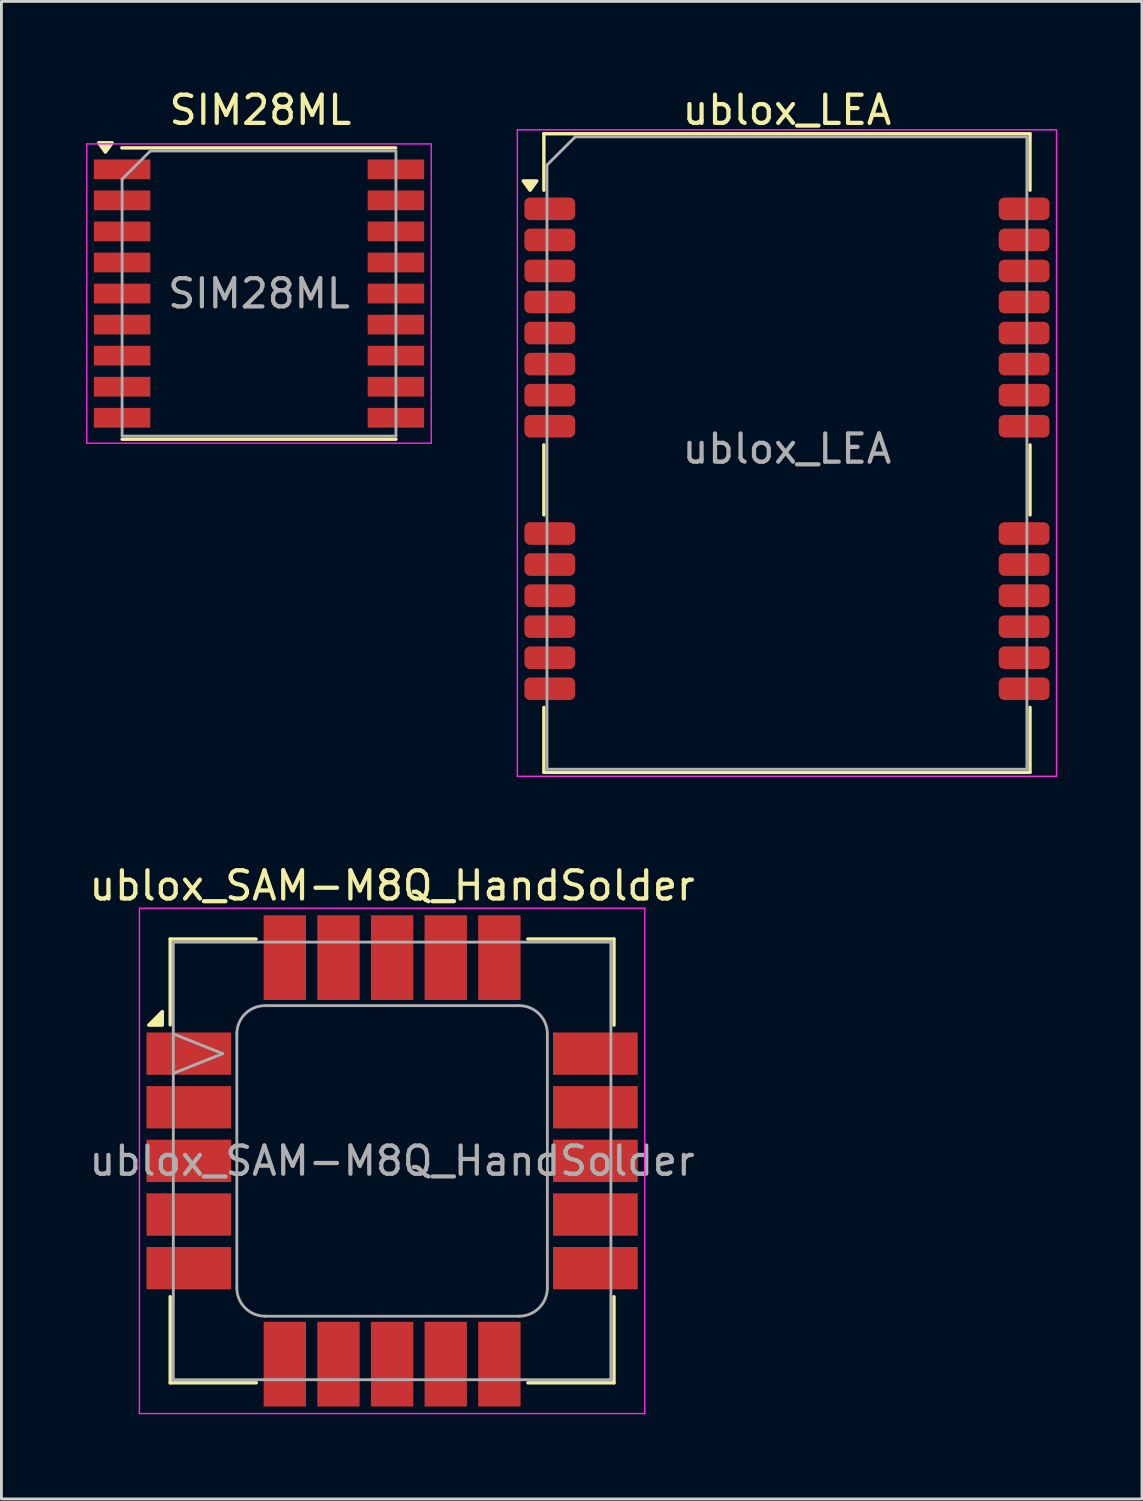
<source format=kicad_pcb>
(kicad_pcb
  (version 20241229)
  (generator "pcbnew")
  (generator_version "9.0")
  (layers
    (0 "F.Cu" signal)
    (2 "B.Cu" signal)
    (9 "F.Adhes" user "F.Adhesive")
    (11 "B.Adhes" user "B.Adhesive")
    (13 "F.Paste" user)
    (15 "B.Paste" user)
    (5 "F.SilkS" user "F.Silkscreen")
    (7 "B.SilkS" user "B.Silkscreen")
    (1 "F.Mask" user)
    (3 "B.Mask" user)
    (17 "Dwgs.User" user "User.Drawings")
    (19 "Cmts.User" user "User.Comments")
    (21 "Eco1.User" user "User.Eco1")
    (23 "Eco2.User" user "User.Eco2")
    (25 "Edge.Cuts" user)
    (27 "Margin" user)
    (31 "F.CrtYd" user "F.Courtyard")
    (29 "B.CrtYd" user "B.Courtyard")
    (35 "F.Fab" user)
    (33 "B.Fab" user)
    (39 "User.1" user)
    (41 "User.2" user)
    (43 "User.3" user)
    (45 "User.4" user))
  (footprint "ublox_LEA"
    (layer "F.Cu")
    (at 24.825 12.848)
    (property "Reference" "ublox_LEA" (at 0 -12 0) (layer "F.SilkS") (effects (font (size 1 1) (thickness 0.15))))
    (attr smd)
    (fp_line (start -8.61 -11.16) (end -8.61 -9.16) (stroke (width 0.12) (type solid)) (layer "F.SilkS"))
    (fp_line (start -8.61 -11.16) (end 8.61 -11.16) (stroke (width 0.12) (type solid)) (layer "F.SilkS"))
    (fp_line (start -8.61 -0.14) (end -8.61 2.34) (stroke (width 0.12) (type solid)) (layer "F.SilkS"))
    (fp_line (start -8.61 9.16) (end -8.61 11.46) (stroke (width 0.12) (type solid)) (layer "F.SilkS"))
    (fp_line (start -8.61 11.46) (end 8.61 11.46) (stroke (width 0.12) (type solid)) (layer "F.SilkS"))
    (fp_line (start 8.61 -11.16) (end 8.61 -9.16) (stroke (width 0.12) (type solid)) (layer "F.SilkS"))
    (fp_line (start 8.61 -0.14) (end 8.61 2.34) (stroke (width 0.12) (type solid)) (layer "F.SilkS"))
    (fp_line (start 8.61 9.16) (end 8.61 11.46) (stroke (width 0.12) (type solid)) (layer "F.SilkS"))
    (fp_poly (pts (xy -9.1 -9.16) (xy -9.34 -9.49) (xy -8.86 -9.49) (xy -9.1 -9.16)) (stroke (width 0.12) (type solid)) (fill yes) (layer "F.SilkS"))
    (fp_line (start -9.55 -11.3) (end -9.55 11.6) (stroke (width 0.05) (type solid)) (layer "F.CrtYd"))
    (fp_line (start -9.55 -11.3) (end 9.55 -11.3) (stroke (width 0.05) (type solid)) (layer "F.CrtYd"))
    (fp_line (start -9.55 11.6) (end 9.55 11.6) (stroke (width 0.05) (type solid)) (layer "F.CrtYd"))
    (fp_line (start 9.55 -11.3) (end 9.55 11.6) (stroke (width 0.05) (type solid)) (layer "F.CrtYd"))
    (fp_line (start -8.5 -10.05) (end -8.5 11.34) (stroke (width 0.1) (type solid)) (layer "F.Fab"))
    (fp_line (start -8.5 11.35) (end 8.5 11.35) (stroke (width 0.1) (type solid)) (layer "F.Fab"))
    (fp_line (start -7.5 -11.05) (end -8.5 -10.05) (stroke (width 0.1) (type solid)) (layer "F.Fab"))
    (fp_line (start -7.5 -11.05) (end 8.5 -11.05) (stroke (width 0.1) (type solid)) (layer "F.Fab"))
    (fp_line (start 8.5 -11.05) (end 8.5 11.35) (stroke (width 0.1) (type solid)) (layer "F.Fab"))
    (fp_text user "${REFERENCE}" (at 0 0 0) (layer "F.Fab") (effects (font (size 1 1) (thickness 0.15))))
    (pad "1" smd roundrect (at -8.4 -8.5) (size 1.8 0.8) (layers "F.Cu" "F.Mask" "F.Paste") (roundrect_rratio 0.25))
    (pad "2" smd roundrect (at -8.4 -7.4) (size 1.8 0.8) (layers "F.Cu" "F.Mask" "F.Paste") (roundrect_rratio 0.25))
    (pad "3" smd roundrect (at -8.4 -6.3) (size 1.8 0.8) (layers "F.Cu" "F.Mask" "F.Paste") (roundrect_rratio 0.25))
    (pad "4" smd roundrect (at -8.4 -5.2) (size 1.8 0.8) (layers "F.Cu" "F.Mask" "F.Paste") (roundrect_rratio 0.25))
    (pad "5" smd roundrect (at -8.4 -4.1) (size 1.8 0.8) (layers "F.Cu" "F.Mask" "F.Paste") (roundrect_rratio 0.25))
    (pad "6" smd roundrect (at -8.4 -3) (size 1.8 0.8) (layers "F.Cu" "F.Mask" "F.Paste") (roundrect_rratio 0.25))
    (pad "7" smd roundrect (at -8.4 -1.9) (size 1.8 0.8) (layers "F.Cu" "F.Mask" "F.Paste") (roundrect_rratio 0.25))
    (pad "8" smd roundrect (at -8.4 -0.8) (size 1.8 0.8) (layers "F.Cu" "F.Mask" "F.Paste") (roundrect_rratio 0.25))
    (pad "9" smd roundrect (at -8.4 3) (size 1.8 0.8) (layers "F.Cu" "F.Mask" "F.Paste") (roundrect_rratio 0.25))
    (pad "10" smd roundrect (at -8.4 4.1) (size 1.8 0.8) (layers "F.Cu" "F.Mask" "F.Paste") (roundrect_rratio 0.25))
    (pad "11" smd roundrect (at -8.4 5.2) (size 1.8 0.8) (layers "F.Cu" "F.Mask" "F.Paste") (roundrect_rratio 0.25))
    (pad "12" smd roundrect (at -8.4 6.3) (size 1.8 0.8) (layers "F.Cu" "F.Mask" "F.Paste") (roundrect_rratio 0.25))
    (pad "13" smd roundrect (at -8.4 7.4) (size 1.8 0.8) (layers "F.Cu" "F.Mask" "F.Paste") (roundrect_rratio 0.25))
    (pad "14" smd roundrect (at -8.4 8.5) (size 1.8 0.8) (layers "F.Cu" "F.Mask" "F.Paste") (roundrect_rratio 0.25))
    (pad "15" smd roundrect (at 8.4 8.5) (size 1.8 0.8) (layers "F.Cu" "F.Mask" "F.Paste") (roundrect_rratio 0.25))
    (pad "16" smd roundrect (at 8.4 7.4) (size 1.8 0.8) (layers "F.Cu" "F.Mask" "F.Paste") (roundrect_rratio 0.25))
    (pad "17" smd roundrect (at 8.4 6.3) (size 1.8 0.8) (layers "F.Cu" "F.Mask" "F.Paste") (roundrect_rratio 0.25))
    (pad "18" smd roundrect (at 8.4 5.2) (size 1.8 0.8) (layers "F.Cu" "F.Mask" "F.Paste") (roundrect_rratio 0.25))
    (pad "19" smd roundrect (at 8.4 4.1) (size 1.8 0.8) (layers "F.Cu" "F.Mask" "F.Paste") (roundrect_rratio 0.25))
    (pad "20" smd roundrect (at 8.4 3) (size 1.8 0.8) (layers "F.Cu" "F.Mask" "F.Paste") (roundrect_rratio 0.25))
    (pad "21" smd roundrect (at 8.4 -0.8) (size 1.8 0.8) (layers "F.Cu" "F.Mask" "F.Paste") (roundrect_rratio 0.25))
    (pad "22" smd roundrect (at 8.4 -1.9) (size 1.8 0.8) (layers "F.Cu" "F.Mask" "F.Paste") (roundrect_rratio 0.25))
    (pad "23" smd roundrect (at 8.4 -3) (size 1.8 0.8) (layers "F.Cu" "F.Mask" "F.Paste") (roundrect_rratio 0.25))
    (pad "24" smd roundrect (at 8.4 -4.1) (size 1.8 0.8) (layers "F.Cu" "F.Mask" "F.Paste") (roundrect_rratio 0.25))
    (pad "25" smd roundrect (at 8.4 -5.2) (size 1.8 0.8) (layers "F.Cu" "F.Mask" "F.Paste") (roundrect_rratio 0.25))
    (pad "26" smd roundrect (at 8.4 -6.3) (size 1.8 0.8) (layers "F.Cu" "F.Mask" "F.Paste") (roundrect_rratio 0.25))
    (pad "27" smd roundrect (at 8.4 -7.4) (size 1.8 0.8) (layers "F.Cu" "F.Mask" "F.Paste") (roundrect_rratio 0.25))
    (pad "28" smd roundrect (at 8.4 -8.5) (size 1.8 0.8) (layers "F.Cu" "F.Mask" "F.Paste") (roundrect_rratio 0.25)))
  (footprint "SIM28ML"
    (layer "F.Cu")
    (at 6.125 7.348)
    (property "Reference" "SIM28ML" (at 0.05 -6.5 0) (layer "F.SilkS") (effects (font (size 1 1) (thickness 0.15))))
    (attr smd)
    (fp_line (start -4.86 -5.16) (end 4.84 -5.16) (stroke (width 0.12) (type solid)) (layer "F.SilkS"))
    (fp_line (start -4.85 5.16) (end 4.85 5.16) (stroke (width 0.12) (type solid)) (layer "F.SilkS"))
    (fp_poly (pts (xy -5.44 -5.01) (xy -5.68 -5.34) (xy -5.2 -5.34) (xy -5.44 -5.01)) (stroke (width 0.12) (type solid)) (fill yes) (layer "F.SilkS"))
    (fp_line (start -6.1 -5.3) (end 6.1 -5.3) (stroke (width 0.05) (type solid)) (layer "F.CrtYd"))
    (fp_line (start -6.1 5.3) (end -6.1 -5.3) (stroke (width 0.05) (type solid)) (layer "F.CrtYd"))
    (fp_line (start 6.1 -5.3) (end 6.1 5.3) (stroke (width 0.05) (type solid)) (layer "F.CrtYd"))
    (fp_line (start 6.1 5.3) (end -6.1 5.3) (stroke (width 0.05) (type solid)) (layer "F.CrtYd"))
    (fp_line (start -4.85 5.05) (end -4.85 -4.05) (stroke (width 0.1) (type solid)) (layer "F.Fab"))
    (fp_line (start -3.85 -5.05) (end -4.85 -4.05) (stroke (width 0.1) (type solid)) (layer "F.Fab"))
    (fp_line (start -3.85 -5.05) (end 4.85 -5.05) (stroke (width 0.1) (type solid)) (layer "F.Fab"))
    (fp_line (start 4.85 -5.05) (end 4.85 5.05) (stroke (width 0.1) (type solid)) (layer "F.Fab"))
    (fp_line (start 4.85 5.05) (end -4.85 5.05) (stroke (width 0.1) (type solid)) (layer "F.Fab"))
    (fp_text user "${REFERENCE}" (at 0 0 0) (layer "F.Fab") (effects (font (size 1 1) (thickness 0.15))))
    (pad "1" smd rect (at -4.85 -4.4) (size 2 0.7) (layers "F.Cu" "F.Mask" "F.Paste"))
    (pad "2" smd rect (at -4.85 -3.3) (size 2 0.7) (layers "F.Cu" "F.Mask" "F.Paste"))
    (pad "3" smd rect (at -4.85 -2.2) (size 2 0.7) (layers "F.Cu" "F.Mask" "F.Paste"))
    (pad "4" smd rect (at -4.85 -1.1) (size 2 0.7) (layers "F.Cu" "F.Mask" "F.Paste"))
    (pad "5" smd rect (at -4.85 0) (size 2 0.7) (layers "F.Cu" "F.Mask" "F.Paste"))
    (pad "6" smd rect (at -4.85 1.1) (size 2 0.7) (layers "F.Cu" "F.Mask" "F.Paste"))
    (pad "7" smd rect (at -4.85 2.2) (size 2 0.7) (layers "F.Cu" "F.Mask" "F.Paste"))
    (pad "8" smd rect (at -4.85 3.3) (size 2 0.7) (layers "F.Cu" "F.Mask" "F.Paste"))
    (pad "9" smd rect (at -4.85 4.4) (size 2 0.7) (layers "F.Cu" "F.Mask" "F.Paste"))
    (pad "10" smd rect (at 4.85 4.4) (size 2 0.7) (layers "F.Cu" "F.Mask" "F.Paste"))
    (pad "11" smd rect (at 4.85 3.3) (size 2 0.7) (layers "F.Cu" "F.Mask" "F.Paste"))
    (pad "12" smd rect (at 4.85 2.2) (size 2 0.7) (layers "F.Cu" "F.Mask" "F.Paste"))
    (pad "13" smd rect (at 4.85 1.1) (size 2 0.7) (layers "F.Cu" "F.Mask" "F.Paste"))
    (pad "14" smd rect (at 4.85 0) (size 2 0.7) (layers "F.Cu" "F.Mask" "F.Paste"))
    (pad "15" smd rect (at 4.85 -1.1) (size 2 0.7) (layers "F.Cu" "F.Mask" "F.Paste"))
    (pad "16" smd rect (at 4.85 -2.2) (size 2 0.7) (layers "F.Cu" "F.Mask" "F.Paste"))
    (pad "17" smd rect (at 4.85 -3.3) (size 2 0.7) (layers "F.Cu" "F.Mask" "F.Paste"))
    (pad "18" smd rect (at 4.85 -4.4) (size 2 0.7) (layers "F.Cu" "F.Mask" "F.Paste")))
  (footprint "ublox_SAM-M8Q_HandSolder"
    (layer "F.Cu")
    (at 10.839 38.072)
    (property "Reference" "ublox_SAM-M8Q_HandSolder" (at 0 -9.75 0) (layer "F.SilkS") (effects (font (size 1 1) (thickness 0.15))))
    (attr smd)
    (fp_line (start -7.86 -7.86) (end -7.86 -4.82) (stroke (width 0.12) (type solid)) (layer "F.SilkS"))
    (fp_line (start -7.86 4.81) (end -7.86 7.86) (stroke (width 0.12) (type solid)) (layer "F.SilkS"))
    (fp_line (start -7.86 7.86) (end -4.81 7.86) (stroke (width 0.12) (type solid)) (layer "F.SilkS"))
    (fp_line (start -4.82 -7.86) (end -7.86 -7.86) (stroke (width 0.12) (type solid)) (layer "F.SilkS"))
    (fp_line (start 4.81 -7.86) (end 7.86 -7.86) (stroke (width 0.12) (type solid)) (layer "F.SilkS"))
    (fp_line (start 4.81 7.86) (end 7.86 7.86) (stroke (width 0.12) (type solid)) (layer "F.SilkS"))
    (fp_line (start 7.86 -7.86) (end 7.86 -4.81) (stroke (width 0.12) (type solid)) (layer "F.SilkS"))
    (fp_line (start 7.86 4.81) (end 7.86 7.86) (stroke (width 0.12) (type solid)) (layer "F.SilkS"))
    (fp_poly (pts (xy -8.14 -4.81) (xy -8.14 -5.29) (xy -8.62 -4.81)) (stroke (width 0.12) (type solid)) (fill yes) (layer "F.SilkS"))
    (fp_line (start -8.95 -8.95) (end -8.95 8.95) (stroke (width 0.05) (type solid)) (layer "F.CrtYd"))
    (fp_line (start -8.95 8.95) (end 8.95 8.95) (stroke (width 0.05) (type solid)) (layer "F.CrtYd"))
    (fp_line (start 8.95 -8.95) (end -8.95 -8.95) (stroke (width 0.05) (type solid)) (layer "F.CrtYd"))
    (fp_line (start 8.95 8.95) (end 8.95 -8.95) (stroke (width 0.05) (type solid)) (layer "F.CrtYd"))
    (fp_line (start -7.75 -7.75) (end 7.75 -7.75) (stroke (width 0.1) (type solid)) (layer "F.Fab"))
    (fp_line (start -7.75 7.75) (end -7.75 -7.75) (stroke (width 0.1) (type solid)) (layer "F.Fab"))
    (fp_line (start -6 -3.8) (end -7.75 -4.5) (stroke (width 0.1) (type solid)) (layer "F.Fab"))
    (fp_line (start -6 -3.8) (end -7.75 -3.1) (stroke (width 0.1) (type solid)) (layer "F.Fab"))
    (fp_line (start -5.5 -4.5) (end -5.5 4.5) (stroke (width 0.1) (type solid)) (layer "F.Fab"))
    (fp_line (start -4.5 5.5) (end 4.5 5.5) (stroke (width 0.1) (type solid)) (layer "F.Fab"))
    (fp_line (start 4.5 -5.5) (end -4.5 -5.5) (stroke (width 0.1) (type solid)) (layer "F.Fab"))
    (fp_line (start 5.5 4.5) (end 5.5 -4.5) (stroke (width 0.1) (type solid)) (layer "F.Fab"))
    (fp_line (start 7.75 -7.75) (end 7.75 7.75) (stroke (width 0.1) (type solid)) (layer "F.Fab"))
    (fp_line (start 7.75 7.75) (end -7.75 7.75) (stroke (width 0.1) (type solid)) (layer "F.Fab"))
    (fp_arc (start -5.5 -4.5) (mid -5.207107 -5.207107) (end -4.5 -5.5) (stroke (width 0.1) (type solid)) (layer "F.Fab"))
    (fp_arc (start -4.5 5.5) (mid -5.207107 5.207107) (end -5.5 4.5) (stroke (width 0.1) (type solid)) (layer "F.Fab"))
    (fp_arc (start 4.5 -5.5) (mid 5.207107 -5.207107) (end 5.5 -4.5) (stroke (width 0.1) (type solid)) (layer "F.Fab"))
    (fp_arc (start 5.5 4.5) (mid 5.207107 5.207107) (end 4.5 5.5) (stroke (width 0.1) (type solid)) (layer "F.Fab"))
    (fp_text user "${REFERENCE}" (at 0 0 0) (layer "F.Fab") (effects (font (size 1 1) (thickness 0.15))))
    (pad "1" smd rect (at -7.2 -3.8) (size 3 1.5) (layers "F.Cu" "F.Mask" "F.Paste"))
    (pad "2" smd rect (at -7.2 -1.9) (size 3 1.5) (layers "F.Cu" "F.Mask" "F.Paste"))
    (pad "3" smd rect (at -7.2 0) (size 3 1.5) (layers "F.Cu" "F.Mask" "F.Paste"))
    (pad "4" smd rect (at -7.2 1.9) (size 3 1.5) (layers "F.Cu" "F.Mask" "F.Paste"))
    (pad "5" smd rect (at -7.2 3.8) (size 3 1.5) (layers "F.Cu" "F.Mask" "F.Paste"))
    (pad "6" smd rect (at -3.8 7.2) (size 1.5 3) (layers "F.Cu" "F.Mask" "F.Paste"))
    (pad "7" smd rect (at -1.9 7.2) (size 1.5 3) (layers "F.Cu" "F.Mask" "F.Paste"))
    (pad "8" smd rect (at 0 7.2) (size 1.5 3) (layers "F.Cu" "F.Mask" "F.Paste"))
    (pad "9" smd rect (at 1.9 7.2) (size 1.5 3) (layers "F.Cu" "F.Mask" "F.Paste"))
    (pad "10" smd rect (at 3.8 7.2) (size 1.5 3) (layers "F.Cu" "F.Mask" "F.Paste"))
    (pad "11" smd rect (at 7.2 3.8) (size 3 1.5) (layers "F.Cu" "F.Mask" "F.Paste"))
    (pad "12" smd rect (at 7.2 1.9) (size 3 1.5) (layers "F.Cu" "F.Mask" "F.Paste"))
    (pad "13" smd rect (at 7.2 0) (size 3 1.5) (layers "F.Cu" "F.Mask" "F.Paste"))
    (pad "14" smd rect (at 7.2 -1.9) (size 3 1.5) (layers "F.Cu" "F.Mask" "F.Paste"))
    (pad "15" smd rect (at 7.2 -3.8) (size 3 1.5) (layers "F.Cu" "F.Mask" "F.Paste"))
    (pad "16" smd rect (at 3.8 -7.2) (size 1.5 3) (layers "F.Cu" "F.Mask" "F.Paste"))
    (pad "17" smd rect (at 1.9 -7.2) (size 1.5 3) (layers "F.Cu" "F.Mask" "F.Paste"))
    (pad "18" smd rect (at 0 -7.2) (size 1.5 3) (layers "F.Cu" "F.Mask" "F.Paste"))
    (pad "19" smd rect (at -1.9 -7.2) (size 1.5 3) (layers "F.Cu" "F.Mask" "F.Paste"))
    (pad "20" smd rect (at -3.8 -7.2) (size 1.5 3) (layers "F.Cu" "F.Mask" "F.Paste")))
  (gr_rect
    (start -3 -3)
    (end 37.4 50.047)
    (stroke (width 0.1) (type default))
    (fill no)
    (layer "Edge.Cuts")))
</source>
